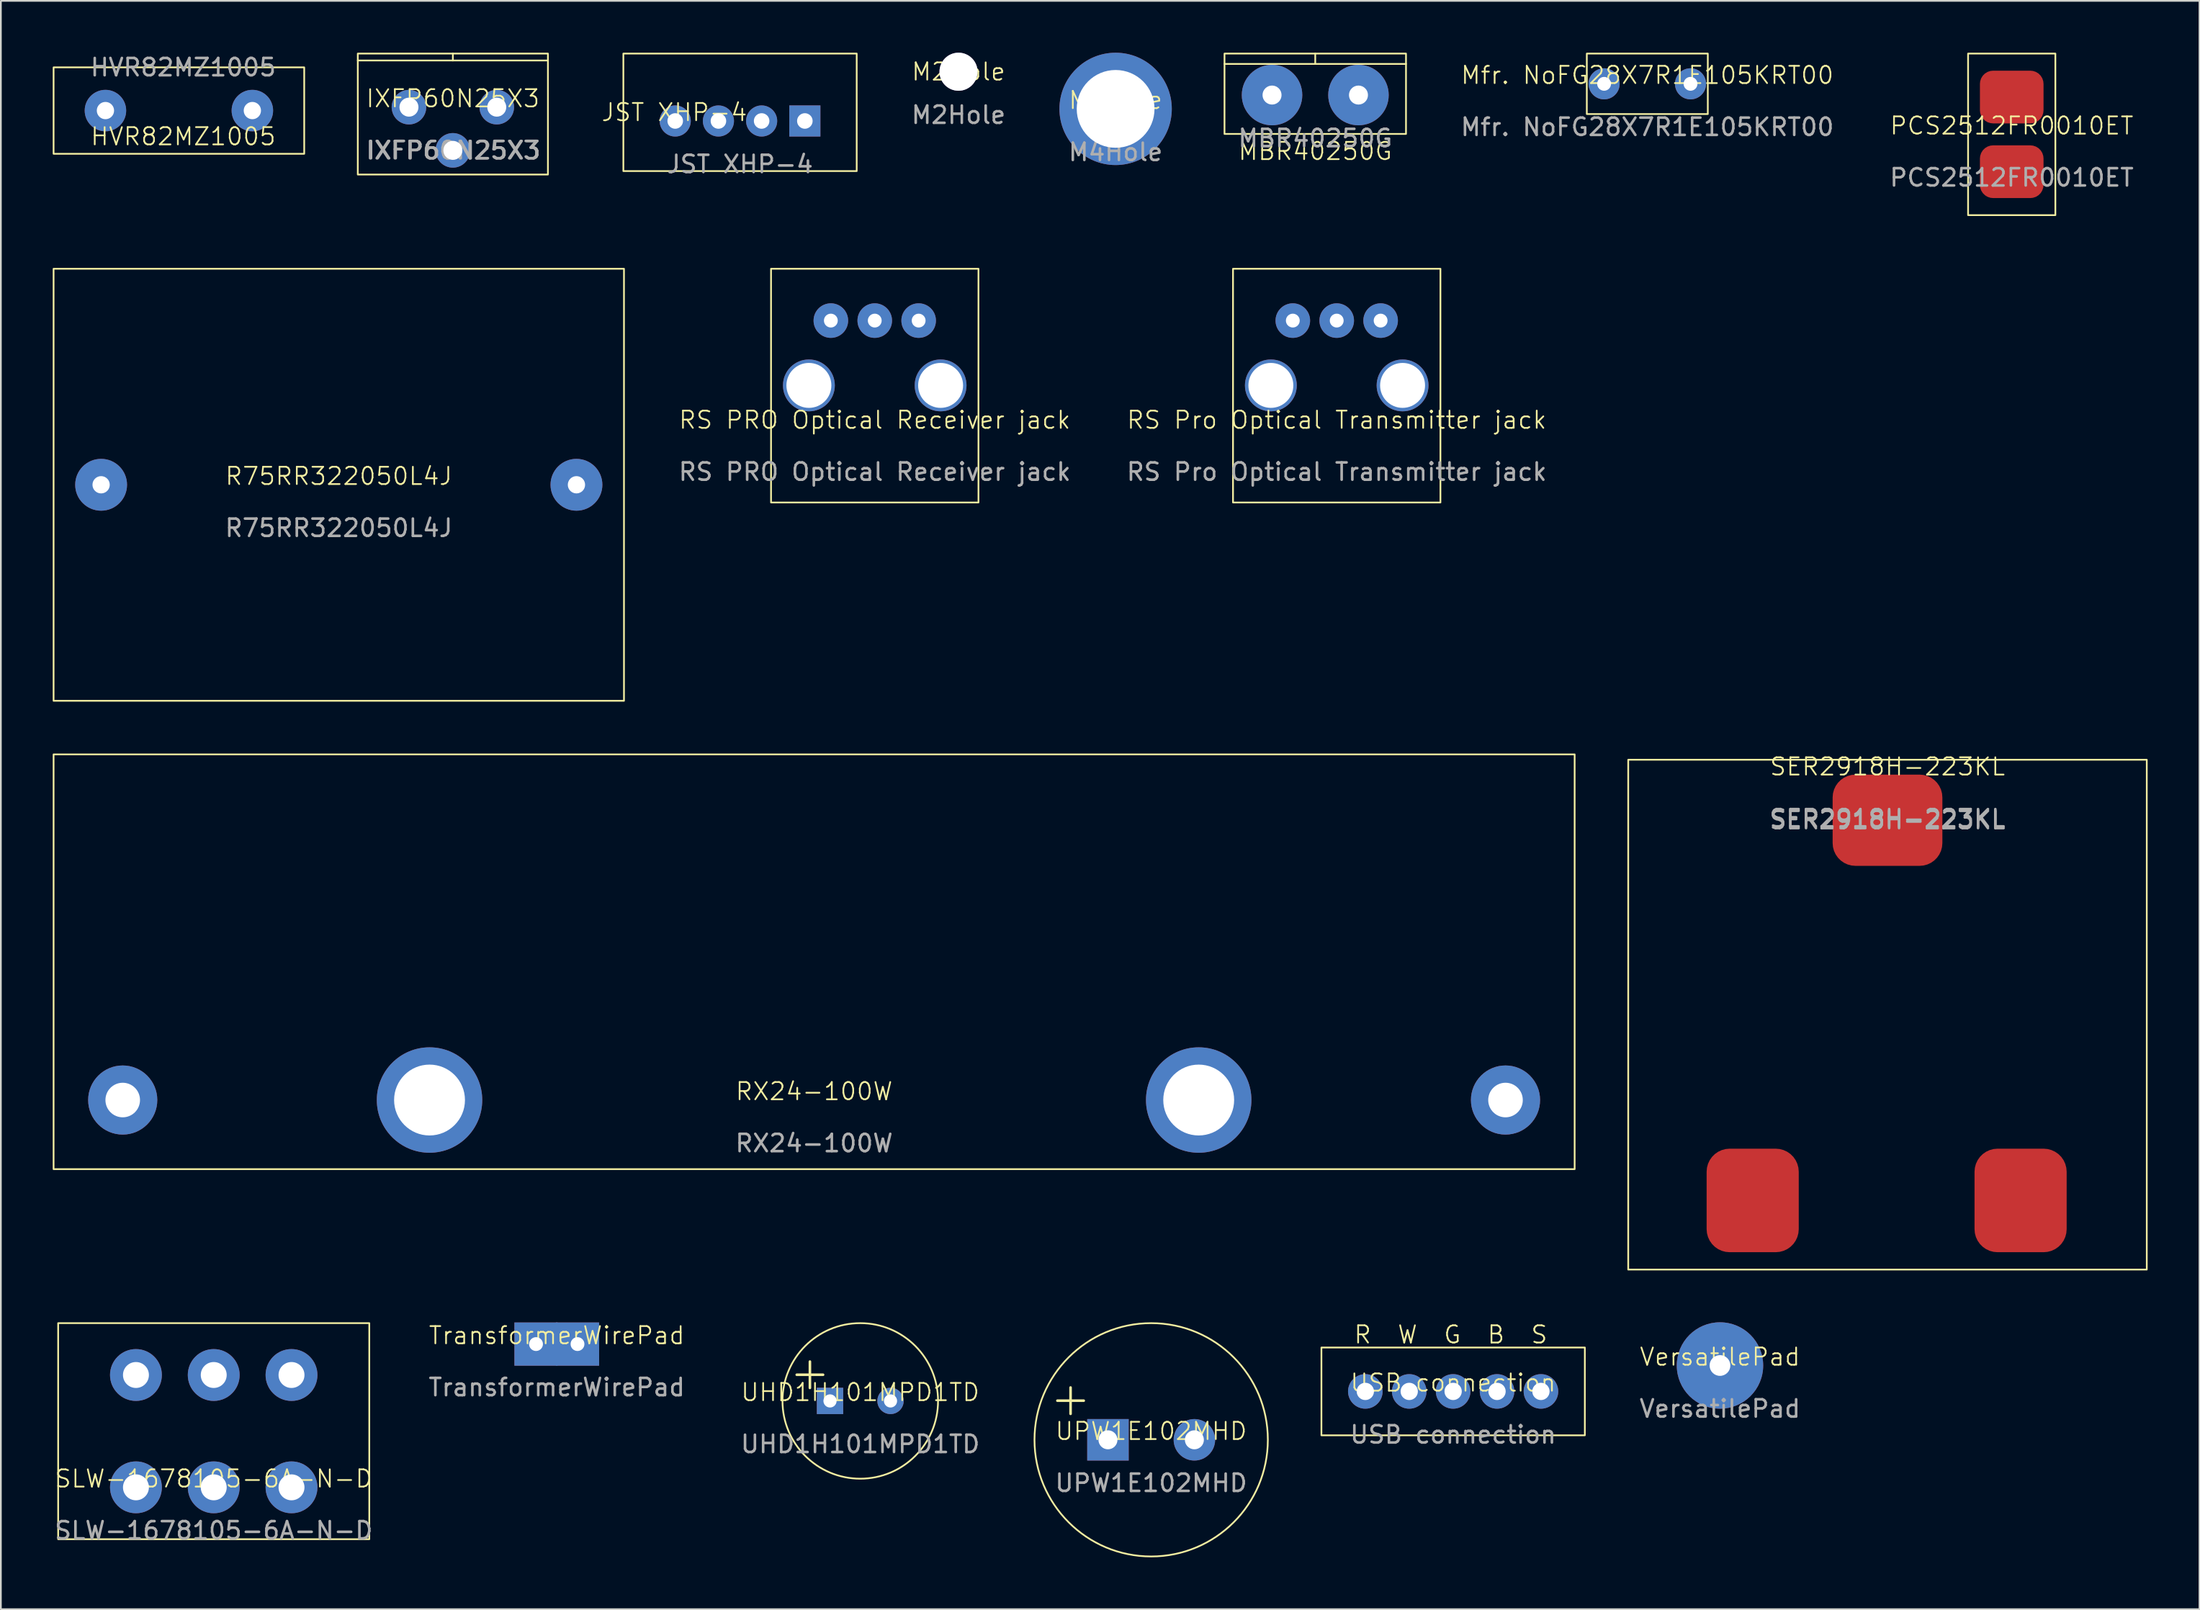
<source format=kicad_pcb>
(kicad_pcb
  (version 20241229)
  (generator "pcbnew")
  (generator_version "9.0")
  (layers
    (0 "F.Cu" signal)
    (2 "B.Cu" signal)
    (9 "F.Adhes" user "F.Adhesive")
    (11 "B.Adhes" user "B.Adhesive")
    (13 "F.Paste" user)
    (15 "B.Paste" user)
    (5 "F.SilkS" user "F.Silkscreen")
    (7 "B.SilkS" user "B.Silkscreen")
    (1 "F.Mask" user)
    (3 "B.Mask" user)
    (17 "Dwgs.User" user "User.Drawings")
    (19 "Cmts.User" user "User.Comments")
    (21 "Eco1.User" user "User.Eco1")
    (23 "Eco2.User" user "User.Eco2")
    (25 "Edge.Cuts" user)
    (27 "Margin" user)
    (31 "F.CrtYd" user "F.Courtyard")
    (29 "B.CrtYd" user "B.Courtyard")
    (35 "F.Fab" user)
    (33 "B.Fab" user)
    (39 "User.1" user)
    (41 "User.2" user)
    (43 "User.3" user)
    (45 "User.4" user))
  (footprint "UPW1E102MHD"
    (layer "F.Cu")
    (at 63.55 80.26)
    (property "Reference" "UPW1E102MHD" (at 0 -0.5 0) (unlocked yes) (layer "F.SilkS") (effects (font (size 1 1) (thickness 0.1))))
    (attr through_hole)
    (fp_circle (center 0 0) (end 6.75 0) (stroke (width 0.1) (type default)) (fill no) (layer "F.SilkS"))
    (fp_text user "+" (at -6 -1.25 0) (unlocked yes) (layer "F.SilkS") (effects (font (size 2 2) (thickness 0.15)) (justify left bottom)))
    (fp_text user "${REFERENCE}" (at 0 2.5 0) (unlocked yes) (layer "F.Fab") (effects (font (size 1 1) (thickness 0.15))))
    (pad "1" thru_hole rect (at -2.5 0) (size 2.4 2.4) (drill 1.1) (layers "*.Cu" "*.Mask"))
    (pad "2" thru_hole circle (at 2.5 0) (size 2.4 2.4) (drill 1.1) (layers "*.Cu" "*.Mask")))
  (footprint "USB connection"
    (layer "F.Cu")
    (at 81.02 77.46)
    (property "Reference" "USB connection" (at 0 -0.5 0) (unlocked yes) (layer "F.SilkS") (effects (font (size 1 1) (thickness 0.1))))
    (attr through_hole)
    (fp_rect (start -7.62 -2.54) (end 7.62 2.54) (stroke (width 0.1) (type default)) (fill no) (layer "F.SilkS"))
    (fp_text user "R  W  G  B  S" (at -5.8 -2.7 0) (unlocked yes) (layer "F.SilkS") (effects (font (size 1 1) (thickness 0.1)) (justify left bottom)))
    (fp_text user "${REFERENCE}" (at 0 2.5 0) (unlocked yes) (layer "F.Fab") (effects (font (size 1 1) (thickness 0.15))))
    (pad "1" thru_hole circle (at -5.08 0) (size 2 2) (drill 1) (layers "*.Cu" "*.Mask"))
    (pad "2" thru_hole circle (at -2.54 0) (size 2 2) (drill 1) (layers "*.Cu" "*.Mask"))
    (pad "3" thru_hole circle (at 0 0) (size 2 2) (drill 1) (layers "*.Cu" "*.Mask"))
    (pad "4" thru_hole circle (at 2.54 0) (size 2 2) (drill 1) (layers "*.Cu" "*.Mask"))
    (pad "5" thru_hole circle (at 5.08 0) (size 2 2) (drill 1) (layers "*.Cu" "*.Mask")))
  (footprint "SER2918H-223KL"
    (layer "F.Cu")
    (at 106.15 41.81)
    (property "Reference" "SER2918H-223KL" (at 0 -0.5 0) (unlocked yes) (layer "F.SilkS") (effects (font (size 1 1) (thickness 0.1))))
    (attr smd)
    (fp_rect (start -15 -0.9) (end 15 28.6) (stroke (width 0.1) (type default)) (fill no) (layer "F.SilkS"))
    (fp_text user "${REFERENCE}" (at 0 2.5 0) (unlocked yes) (layer "F.Fab") (effects (font (size 1 1) (thickness 0.15))))
    (fp_text user "${REFERENCE}" (at 0 2.6 0) (unlocked yes) (layer "F.Fab") (effects (font (size 1 1) (thickness 0.15))))
    (pad "1" smd roundrect (at -7.8 24.6) (size 5.33 5.99) (layers "F.Cu" "F.Mask" "F.Paste") (roundrect_rratio 0.25))
    (pad "2" smd roundrect (at 7.7 24.6) (size 5.33 5.99) (layers "F.Cu" "F.Mask" "F.Paste") (roundrect_rratio 0.25))
    (pad "3" smd roundrect (at 0 2.6) (size 6.35 5.28) (layers "F.Cu" "F.Mask" "F.Paste") (roundrect_rratio 0.25)))
  (footprint "RX24-100W"
    (layer "F.Cu")
    (at 44.05 60.6)
    (property "Reference" "RX24-100W" (at 0 -0.5 0) (unlocked yes) (layer "F.SilkS") (effects (font (size 1 1) (thickness 0.1))))
    (attr through_hole)
    (fp_rect (start -44 -20) (end 44 4) (stroke (width 0.1) (type default)) (fill no) (layer "F.SilkS"))
    (fp_text user "${REFERENCE}" (at 0 2.5 0) (unlocked yes) (layer "F.Fab") (effects (font (size 1 1) (thickness 0.15))))
    (pad "1" thru_hole circle (at -40 0) (size 4 4) (drill 2) (layers "*.Cu" "*.Mask"))
    (pad "2" thru_hole circle (at 40 0) (size 4 4) (drill 2) (layers "*.Cu" "*.Mask"))
    (pad "3" thru_hole circle (at 22.25 0) (size 6.1 6.1) (drill 4.1) (layers "*.Cu" "*.Mask"))
    (pad "4" thru_hole circle (at -22.25 0) (size 6.1 6.1) (drill 4.1) (layers "*.Cu" "*.Mask")))
  (footprint "M2Hole"
    (layer "F.Cu")
    (at 52.404 1.1)
    (property "Reference" "M2Hole" (at 0 0 0) (unlocked yes) (layer "F.SilkS") (effects (font (size 1 1) (thickness 0.1))))
    (attr through_hole)
    (fp_text user "${REFERENCE}" (at 0 2.5 0) (unlocked yes) (layer "F.Fab") (effects (font (size 1 1) (thickness 0.15))))
    (pad "1" thru_hole circle (at 0 0) (size 2.2 2.2) (drill 2.2) (layers "*.Cu" "*.Mask")))
  (footprint "R75RR322050L4J"
    (layer "F.Cu")
    (at 16.55 25)
    (property "Reference" "R75RR322050L4J" (at 0 -0.5 0) (unlocked yes) (layer "F.SilkS") (effects (font (size 1 1) (thickness 0.1))))
    (attr through_hole)
    (fp_rect (start -16.5 -12.5) (end 16.5 12.5) (stroke (width 0.1) (type default)) (fill no) (layer "F.SilkS"))
    (fp_text user "${REFERENCE}" (at 0 2.5 0) (unlocked yes) (layer "F.Fab") (effects (font (size 1 1) (thickness 0.15))))
    (pad "1" thru_hole circle (at 13.75 0) (size 3 3) (drill 1) (layers "*.Cu" "*.Mask"))
    (pad "2" thru_hole circle (at -13.75 0) (size 3 3) (drill 1) (layers "*.Cu" "*.Mask")))
  (footprint "VersatilePad"
    (layer "F.Cu")
    (at 96.458 75.96)
    (property "Reference" "VersatilePad" (at 0 -0.5 0) (unlocked yes) (layer "F.SilkS") (effects (font (size 1 1) (thickness 0.1))))
    (attr through_hole)
    (fp_text user "${REFERENCE}" (at 0 2.5 0) (unlocked yes) (layer "F.Fab") (effects (font (size 1 1) (thickness 0.15))))
    (pad "1" thru_hole circle (at 0 0) (size 5 5) (drill 1.2) (layers "*.Cu" "*.Mask")))
  (footprint "Mfr. NoFG28X7R1E105KRT00"
    (layer "F.Cu")
    (at 92.254 1.8)
    (property "Reference" "Mfr. NoFG28X7R1E105KRT00" (at 0 -0.5 0) (unlocked yes) (layer "F.SilkS") (effects (font (size 1 1) (thickness 0.1))))
    (attr through_hole)
    (fp_rect (start -3.5 -1.75) (end 3.5 1.75) (stroke (width 0.1) (type default)) (fill no) (layer "F.SilkS"))
    (fp_text user "${REFERENCE}" (at 0 2.5 0) (unlocked yes) (layer "F.Fab") (effects (font (size 1 1) (thickness 0.15))))
    (pad "1" thru_hole circle (at 2.5 0) (size 1.8 1.8) (drill 0.8) (layers "*.Cu" "*.Mask"))
    (pad "2" thru_hole circle (at -2.5 0) (size 1.8 1.8) (drill 0.8) (layers "*.Cu" "*.Mask")))
  (footprint "SLW-1678105-6A-N-D"
    (layer "F.Cu")
    (at 9.315 83.01)
    (property "Reference" "SLW-1678105-6A-N-D" (at 0 -0.5 0) (unlocked yes) (layer "F.SilkS") (effects (font (size 1 1) (thickness 0.1))))
    (attr through_hole)
    (fp_rect (start -9 -9.5) (end 9 3) (stroke (width 0.1) (type default)) (fill no) (layer "F.SilkS"))
    (fp_text user "${REFERENCE}" (at 0 2.5 0) (unlocked yes) (layer "F.Fab") (effects (font (size 1 1) (thickness 0.15))))
    (pad "1" thru_hole circle (at -4.5 -6.5) (size 3 3) (drill 1.5) (layers "*.Cu" "*.Mask"))
    (pad "2" thru_hole circle (at 0 -6.5) (size 3 3) (drill 1.5) (layers "*.Cu" "*.Mask"))
    (pad "3" thru_hole circle (at 4.5 -6.5) (size 3 3) (drill 1.5) (layers "*.Cu" "*.Mask"))
    (pad "4" thru_hole circle (at -4.5 0) (size 3 3) (drill 1.5) (layers "*.Cu" "*.Mask"))
    (pad "5" thru_hole circle (at 0 0) (size 3 3) (drill 1.5) (layers "*.Cu" "*.Mask"))
    (pad "6" thru_hole circle (at 4.5 0) (size 3 3) (drill 1.5) (layers "*.Cu" "*.Mask")))
  (footprint "UHD1H101MPD1TD"
    (layer "F.Cu")
    (at 46.72 78.01)
    (property "Reference" "UHD1H101MPD1TD" (at 0 -0.5 0) (unlocked yes) (layer "F.SilkS") (effects (font (size 1 1) (thickness 0.1))))
    (attr through_hole)
    (fp_circle (center 0 0) (end 4.5 0) (stroke (width 0.1) (type default)) (fill no) (layer "F.SilkS"))
    (fp_text user "+" (at -4.25 -0.5 0) (unlocked yes) (layer "F.SilkS") (effects (font (size 2 2) (thickness 0.15)) (justify left bottom)))
    (fp_text user "${REFERENCE}" (at 0 2.5 0) (unlocked yes) (layer "F.Fab") (effects (font (size 1 1) (thickness 0.15))))
    (pad "1" thru_hole rect (at -1.75 0) (size 1.524 1.524) (drill 0.762) (layers "*.Cu" "*.Mask"))
    (pad "2" thru_hole circle (at 1.75 0) (size 1.524 1.524) (drill 0.762) (layers "*.Cu" "*.Mask")))
  (footprint "MBR40250G"
    (layer "F.Cu")
    (at 73.043 2.45)
    (property "Reference" "MBR40250G" (at 0 3.25 0) (unlocked yes) (layer "F.SilkS") (effects (font (size 1 1) (thickness 0.1))))
    (attr through_hole)
    (fp_line (start -5.25 -1.8) (end 5.25 -1.8) (stroke (width 0.1) (type default)) (layer "F.SilkS"))
    (fp_line (start 0 -2.4) (end 0 -1.8) (stroke (width 0.1) (type default)) (layer "F.SilkS"))
    (fp_rect (start -5.25 -2.4) (end 5.25 2.25) (stroke (width 0.1) (type default)) (fill no) (layer "F.SilkS"))
    (fp_text user "${REFERENCE}" (at 0 2.5 0) (unlocked yes) (layer "F.Fab") (effects (font (size 1 1) (thickness 0.15))))
    (pad "1" thru_hole circle (at -2.5 0) (size 3.5 3.5) (drill 1.1) (layers "*.Cu" "*.Mask"))
    (pad "2" thru_hole circle (at 2.5 0) (size 3.5 3.5) (drill 1.1) (layers "*.Cu" "*.Mask")))
  (footprint "IXFP60N25X3"
    (layer "F.Cu")
    (at 23.15 3.15)
    (property "Reference" "IXFP60N25X3" (at 0 -0.5 0) (unlocked yes) (layer "F.SilkS") (effects (font (size 1 1) (thickness 0.1))))
    (attr through_hole)
    (fp_line (start -5.5 -2.7) (end 5.5 -2.7) (stroke (width 0.1) (type default)) (layer "F.SilkS"))
    (fp_line (start 0 -2.7) (end 0 -3.1) (stroke (width 0.1) (type default)) (layer "F.SilkS"))
    (fp_rect (start -5.5 -3.1) (end 5.5 3.9) (stroke (width 0.1) (type default)) (fill no) (layer "F.SilkS"))
    (fp_text user "${REFERENCE}" (at 0 2.5 0) (unlocked yes) (layer "F.Fab") (effects (font (size 1 1) (thickness 0.15))))
    (fp_text user "${REFERENCE}" (at 0.05 2.5 0) (unlocked yes) (layer "F.Fab") (effects (font (size 1 1) (thickness 0.15))))
    (pad "1" thru_hole circle (at -2.54 0) (size 2 2) (drill 1.1) (layers "*.Cu" "*.Mask"))
    (pad "2" thru_hole circle (at 0 2.5) (size 2 2) (drill 1.1) (layers "*.Cu" "*.Mask"))
    (pad "3" thru_hole circle (at 2.54 0) (size 2 2) (drill 1.1) (layers "*.Cu" "*.Mask")))
  (footprint "JST XHP-4"
    (layer "F.Cu")
    (at 39.764 3.95)
    (property "Reference" "JST XHP-4" (at -3.8 -0.5 0) (unlocked yes) (layer "F.SilkS") (effects (font (size 1 1) (thickness 0.1))))
    (attr through_hole)
    (fp_rect (start -6.75 -3.9) (end 6.75 2.9) (stroke (width 0.1) (type default)) (fill no) (layer "F.SilkS"))
    (fp_text user "${REFERENCE}" (at 0 2.5 0) (unlocked yes) (layer "F.Fab") (effects (font (size 1 1) (thickness 0.15))))
    (pad "1" thru_hole rect (at 3.75 0) (size 1.8 1.8) (drill 0.9) (layers "*.Cu" "*.Mask"))
    (pad "2" thru_hole circle (at 1.25 0) (size 1.8 1.8) (drill 0.9) (layers "*.Cu" "*.Mask"))
    (pad "3" thru_hole circle (at -1.25 0) (size 1.8 1.8) (drill 0.9) (layers "*.Cu" "*.Mask"))
    (pad "4" thru_hole circle (at -3.75 0) (size 1.8 1.8) (drill 0.9) (layers "*.Cu" "*.Mask")))
  (footprint "RS Pro Optical Transmitter jack"
    (layer "F.Cu")
    (at 74.285 19.25)
    (property "Reference" "RS Pro Optical Transmitter jack" (at 0 2 0) (unlocked yes) (layer "F.SilkS") (effects (font (size 1 1) (thickness 0.1))))
    (attr through_hole)
    (fp_rect (start -6 -6.75) (end 6 6.775) (stroke (width 0.1) (type default)) (fill no) (layer "F.SilkS"))
    (fp_text user "${REFERENCE}" (at 0 5 0) (unlocked yes) (layer "F.Fab") (effects (font (size 1 1) (thickness 0.15))))
    (pad "" np_thru_hole circle (at -3.81 0) (size 3 3) (drill 2.6) (layers "*.Cu" "*.Mask"))
    (pad "" np_thru_hole circle (at 3.81 0) (size 3 3) (drill 2.6) (layers "*.Cu" "*.Mask"))
    (pad "1" thru_hole circle (at 2.54 -3.75) (size 2 2) (drill 0.8) (layers "*.Cu" "*.Mask"))
    (pad "2" thru_hole circle (at 0 -3.75) (size 2 2) (drill 0.8) (layers "*.Cu" "*.Mask"))
    (pad "3" thru_hole circle (at -2.54 -3.75) (size 2 2) (drill 0.8) (layers "*.Cu" "*.Mask")))
  (footprint "TransformerWirePad"
    (layer "F.Cu")
    (at 29.161 74.721)
    (property "Reference" "TransformerWirePad" (at 0 -0.5 0) (unlocked yes) (layer "F.SilkS") (effects (font (size 1 1) (thickness 0.1))))
    (attr through_hole)
    (fp_text user "${REFERENCE}" (at 0 2.5 0) (unlocked yes) (layer "F.Fab") (effects (font (size 1 1) (thickness 0.15))))
    (pad "1" thru_hole rect (at -1.2 0) (size 2.5 2.5) (drill 0.8) (layers "*.Cu" "*.Mask"))
    (pad "1" thru_hole rect (at 1.2 0) (size 2.5 2.5) (drill 0.8) (layers "*.Cu" "*.Mask")))
  (footprint "RS PRO Optical Receiver jack"
    (layer "F.Cu")
    (at 47.558 19.25)
    (property "Reference" "RS PRO Optical Receiver jack" (at 0 2 0) (unlocked yes) (layer "F.SilkS") (effects (font (size 1 1) (thickness 0.1))))
    (attr through_hole)
    (fp_rect (start -6 -6.75) (end 6 6.775) (stroke (width 0.1) (type default)) (fill no) (layer "F.SilkS"))
    (fp_text user "${REFERENCE}" (at 0 5 0) (unlocked yes) (layer "F.Fab") (effects (font (size 1 1) (thickness 0.15))))
    (pad "" np_thru_hole circle (at -3.81 0) (size 3 3) (drill 2.6) (layers "*.Cu" "*.Mask"))
    (pad "" np_thru_hole circle (at 3.81 0) (size 3 3) (drill 2.6) (layers "*.Cu" "*.Mask"))
    (pad "1" thru_hole circle (at 2.54 -3.75) (size 2 2) (drill 0.8) (layers "*.Cu" "*.Mask"))
    (pad "2" thru_hole circle (at 0 -3.75) (size 2 2) (drill 0.8) (layers "*.Cu" "*.Mask"))
    (pad "3" thru_hole circle (at -2.54 -3.75) (size 2 2) (drill 0.8) (layers "*.Cu" "*.Mask")))
  (footprint "M4Hole"
    (layer "F.Cu")
    (at 61.493 3.25)
    (property "Reference" "M4Hole" (at 0 -0.5 0) (unlocked yes) (layer "F.SilkS") (effects (font (size 1 1) (thickness 0.1))))
    (attr through_hole)
    (fp_text user "${REFERENCE}" (at 0 2.5 0) (unlocked yes) (layer "F.Fab") (effects (font (size 1 1) (thickness 0.15))))
    (pad "1" thru_hole circle (at 0 0) (size 6.5 6.5) (drill 4.5) (layers "*.Cu" "*.Mask")))
  (footprint "HVR82MZ1005"
    (layer "F.Cu")
    (at 7.55 3.348)
    (property "Reference" "HVR82MZ1005" (at 0 1.5 0) (unlocked yes) (layer "F.SilkS") (effects (font (size 1 1) (thickness 0.1))))
    (attr through_hole)
    (fp_rect (start -7.5 -2.5) (end 7 2.5) (stroke (width 0.1) (type default)) (fill no) (layer "F.SilkS"))
    (fp_text user "${REFERENCE}" (at 0 -2.5 0) (unlocked yes) (layer "F.Fab") (effects (font (size 1 1) (thickness 0.15))))
    (pad "1" thru_hole circle (at -4.5 0) (size 2.4 2.4) (drill 1) (layers "*.Cu" "*.Mask"))
    (pad "2" thru_hole circle (at 4 0) (size 2.4 2.4) (drill 1) (layers "*.Cu" "*.Mask")))
  (footprint "PCS2512FR0010ET"
    (layer "F.Cu")
    (at 113.337 4.725)
    (property "Reference" "PCS2512FR0010ET" (at 0 -0.5 0) (unlocked yes) (layer "F.SilkS") (effects (font (size 1 1) (thickness 0.1))))
    (attr smd)
    (fp_rect (start -2.525 -4.675) (end 2.525 4.675) (stroke (width 0.1) (type default)) (fill no) (layer "F.SilkS"))
    (fp_text user "${REFERENCE}" (at 0 2.5 0) (unlocked yes) (layer "F.Fab") (effects (font (size 1 1) (thickness 0.15))))
    (pad "1" smd roundrect (at 0 -2.16) (size 3.68 3.05) (layers "F.Cu" "F.Mask" "F.Paste") (roundrect_rratio 0.25))
    (pad "2" smd roundrect (at 0 2.16) (size 3.68 3.05) (layers "F.Cu" "F.Mask" "F.Paste") (roundrect_rratio 0.25)))
  (gr_rect
    (start -3 -3)
    (end 124.2 90.061)
    (stroke (width 0.1) (type default))
    (fill no)
    (layer "Edge.Cuts")))
</source>
